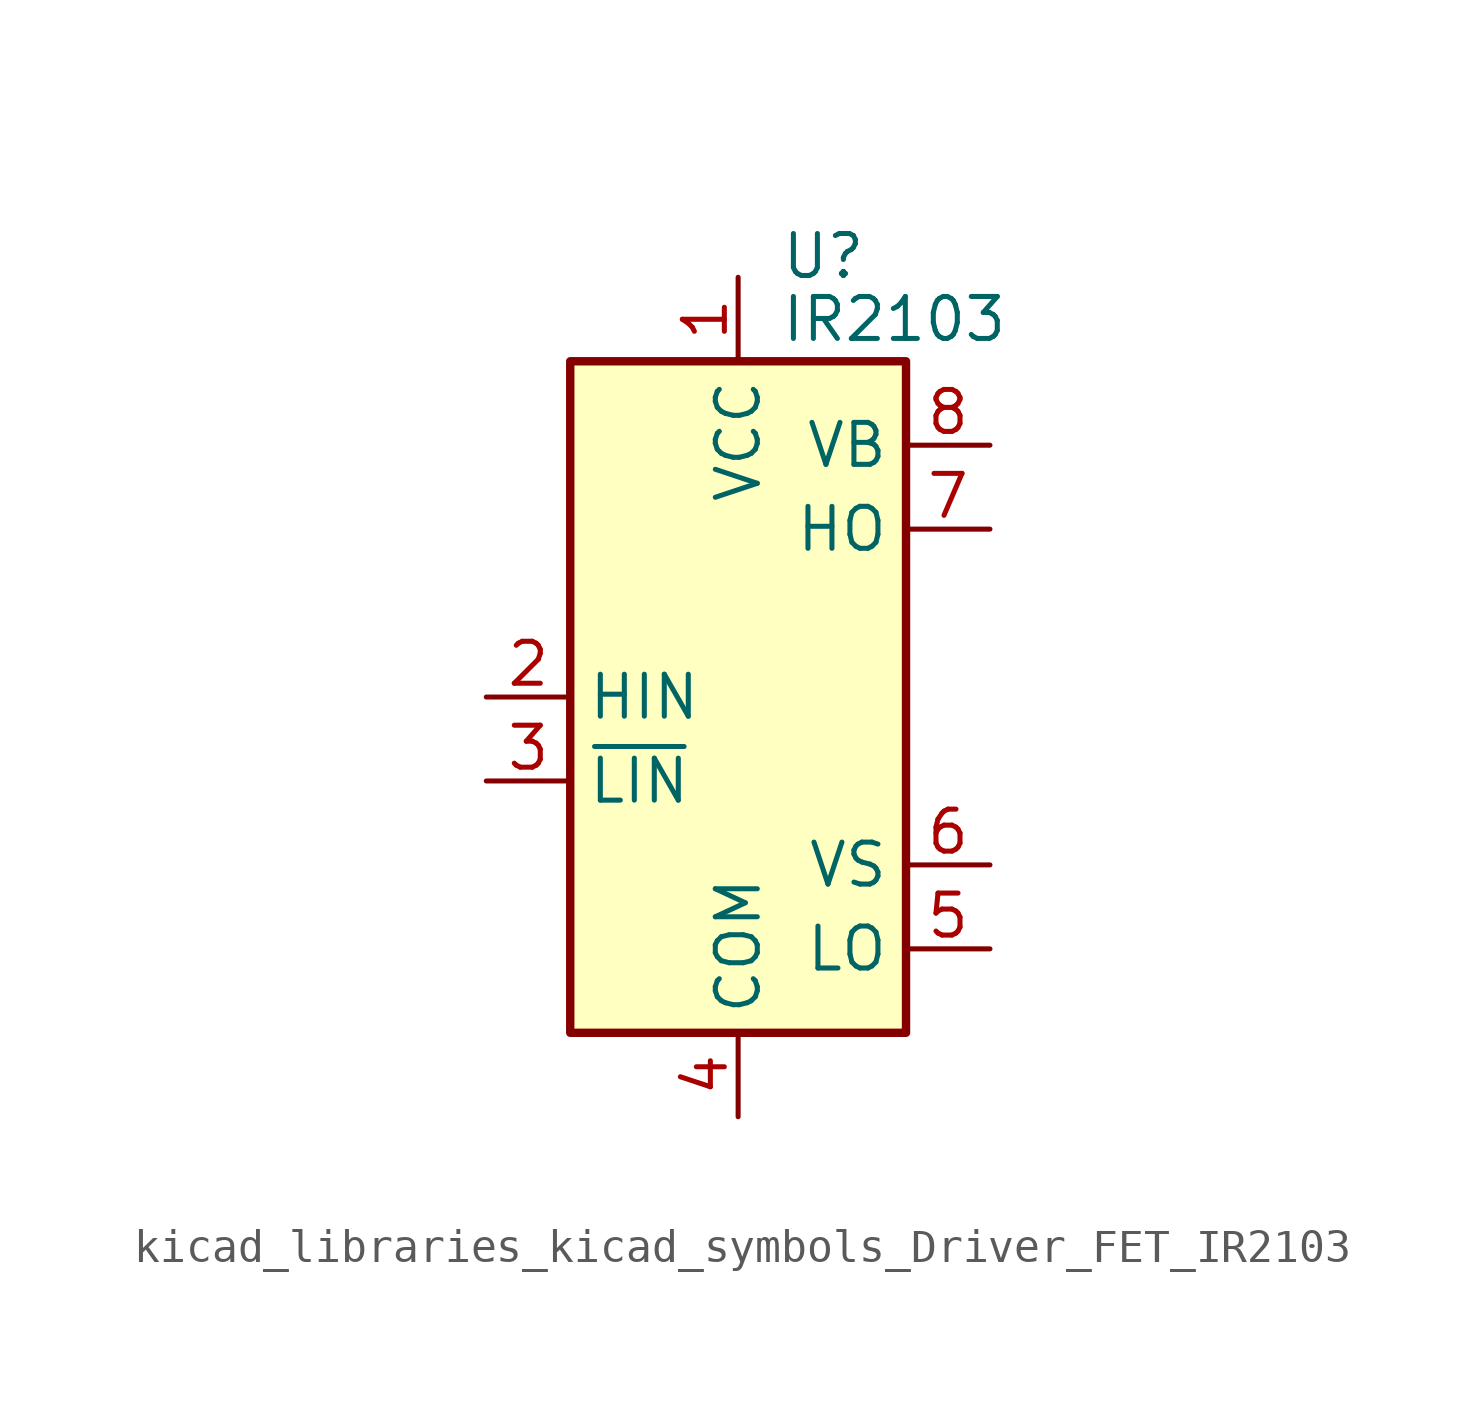
<source format=kicad_sym>
(kicad_symbol_lib
  (version 20220914)
  (generator kicad_symbol_editor)
  (symbol "kicad_libraries_kicad_symbols_Driver_FET_IR2103"
    (property "Reference" "U"
      (at 1.27 13.335 0)
      (effects (font (size 1.27 1.27)) (justify left)))
    (property "Value" "IR2103"
      (at 1.27 11.43 0)
      (effects (font (size 1.27 1.27)) (justify left)))
    (symbol "kicad_libraries_kicad_symbols_Driver_FET_IR2103_0_1"
      (rectangle (start -5.08 -10.16) (end 5.08 10.16) (stroke (width 0.254) (type default)) (fill (type background))))
    (symbol "kicad_libraries_kicad_symbols_Driver_FET_IR2103_1_1"
      (pin power_in line (at 0 12.7 270) (length 2.54) (name "VCC" (effects (font (size 1.27 1.27)))) (number "1" (effects (font (size 1.27 1.27)))))
      (pin input line (at -7.62 0 0) (length 2.54) (name "HIN" (effects (font (size 1.27 1.27)))) (number "2" (effects (font (size 1.27 1.27)))))
      (pin input line (at -7.62 -2.54 0) (length 2.54) (name "~{LIN}" (effects (font (size 1.27 1.27)))) (number "3" (effects (font (size 1.27 1.27)))))
      (pin power_in line (at 0 -12.7 90) (length 2.54) (name "COM" (effects (font (size 1.27 1.27)))) (number "4" (effects (font (size 1.27 1.27)))))
      (pin output line (at 7.62 -7.62 180) (length 2.54) (name "LO" (effects (font (size 1.27 1.27)))) (number "5" (effects (font (size 1.27 1.27)))))
      (pin passive line (at 7.62 -5.08 180) (length 2.54) (name "VS" (effects (font (size 1.27 1.27)))) (number "6" (effects (font (size 1.27 1.27)))))
      (pin output line (at 7.62 5.08 180) (length 2.54) (name "HO" (effects (font (size 1.27 1.27)))) (number "7" (effects (font (size 1.27 1.27)))))
      (pin passive line (at 7.62 7.62 180) (length 2.54) (name "VB" (effects (font (size 1.27 1.27)))) (number "8" (effects (font (size 1.27 1.27))))))))
</source>
